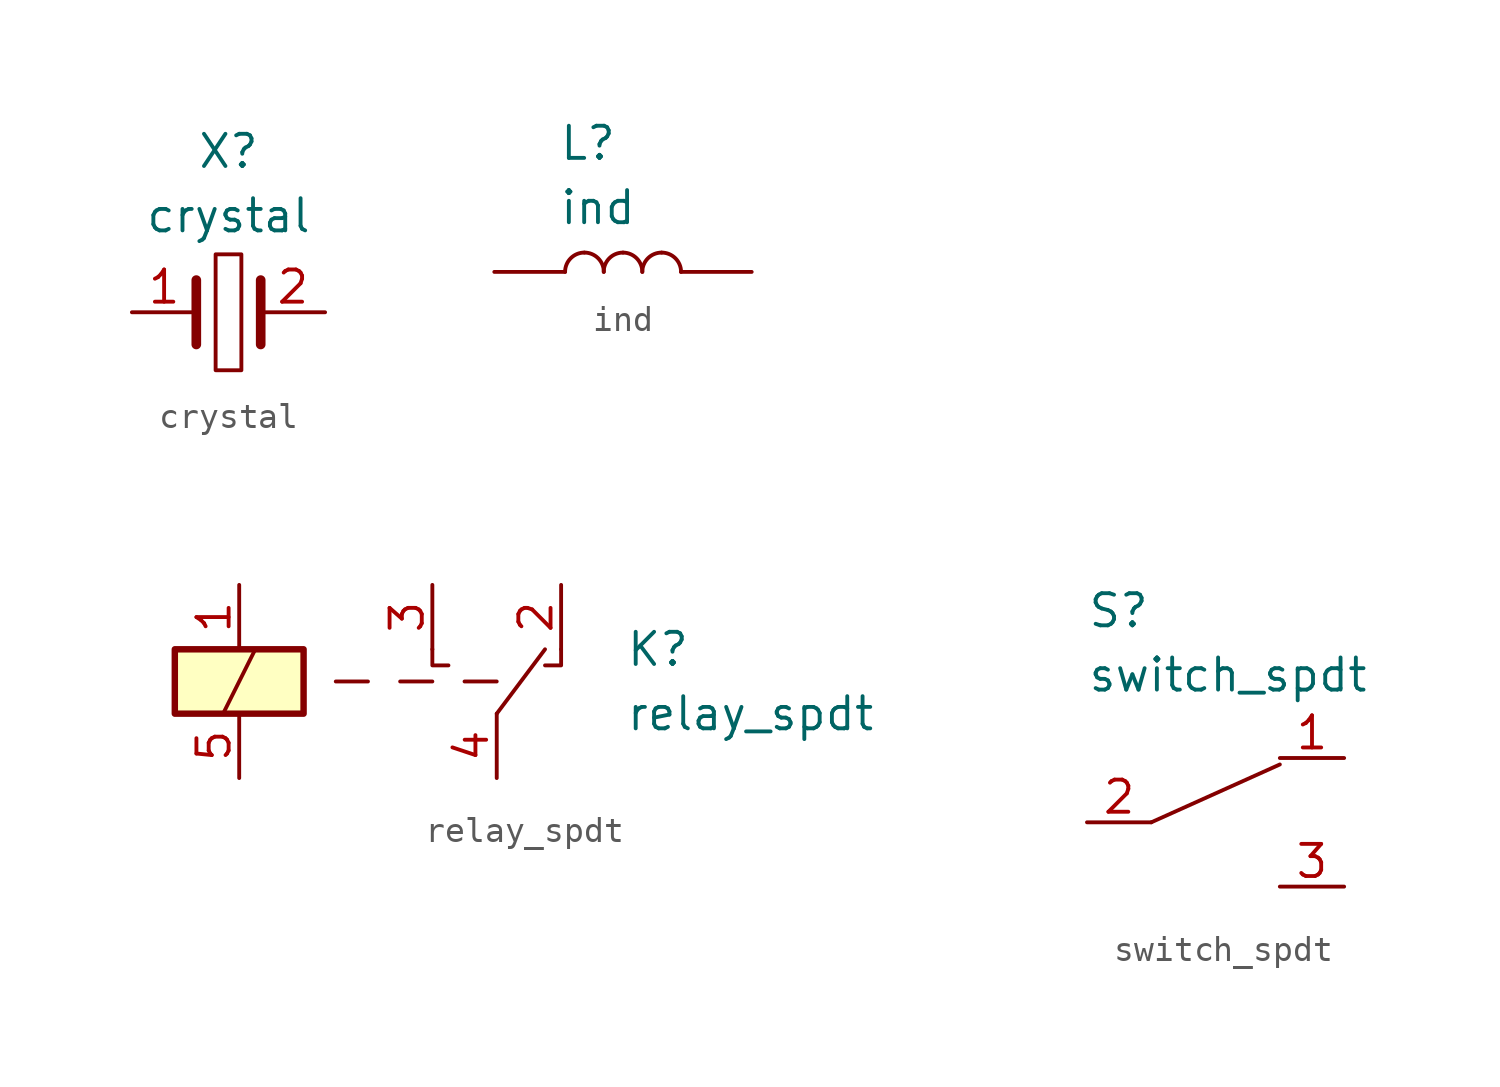
<source format=kicad_sym>
(kicad_symbol_lib
  (version 20241209)
  (generator "kicad_symbol_editor")
  (generator_version "9.0")
  (symbol "crystal"
    (property "Reference" "X"
      (at 3.81 6.35 0)
      (effects (font (size 1.27 1.27))))
    (property "Value" "crystal"
      (at 3.81 3.81 0)
      (effects (font (size 1.27 1.27))))
    (symbol "crystal_0_1"
      (polyline (pts (xy 2.54 1.27) (xy 2.54 -1.27)) (stroke (width 0.381) (type default)) (fill (type none)))
      (rectangle (start 3.302 2.286) (end 4.318 -2.286) (stroke (width 0) (type default)) (fill (type none)))
      (polyline (pts (xy 5.08 1.27) (xy 5.08 -1.27)) (stroke (width 0.381) (type default)) (fill (type none))))
    (symbol "crystal_1_1"
      (pin passive line (at 0 0 0) (length 2.54) (name "" (effects (font (size 1.27 1.27)))) (number "1" (effects (font (size 1.27 1.27)))))
      (pin passive line (at 7.62 0 180) (length 2.54) (name "" (effects (font (size 1.27 1.27)))) (number "2" (effects (font (size 1.27 1.27)))))))
  (symbol "ind"
    (pin_numbers
      (hide yes))
    (pin_names
      (hide yes))
    (property "Reference" "L"
      (at 2.54 5.08 0)
      (effects (font (size 1.27 1.27)) (justify left)))
    (property "Value" "ind"
      (at 2.54 2.54 0)
      (effects (font (size 1.27 1.27)) (justify left)))
    (symbol "ind_0_1"
      (arc (start 2.7932 0.0008) (mid 3.0166 0.5394) (end 3.5552 0.7628) (stroke (width 0) (type default)) (fill (type none)))
      (arc (start 3.5567 0.7627) (mid 4.0953 0.5393) (end 4.3187 0.0007) (stroke (width 0) (type default)) (fill (type none)))
      (arc (start 4.318 0) (mid 4.5412 0.5388) (end 5.08 0.762) (stroke (width 0) (type default)) (fill (type none)))
      (arc (start 5.08 0.762) (mid 5.6188 0.5388) (end 5.842 0) (stroke (width 0) (type default)) (fill (type none)))
      (arc (start 5.842 0) (mid 6.0652 0.5388) (end 6.604 0.762) (stroke (width 0) (type default)) (fill (type none)))
      (arc (start 6.604 0.762) (mid 7.1428 0.5388) (end 7.366 0) (stroke (width 0) (type default)) (fill (type none))))
    (symbol "ind_1_1"
      (pin passive line (at 0 0 0) (length 2.794) (name "~" (effects (font (size 1.27 1.27)))) (number "1" (effects (font (size 1.27 1.27)))))
      (pin passive line (at 10.16 0 180) (length 2.794) (name "~" (effects (font (size 1.27 1.27)))) (number "2" (effects (font (size 1.27 1.27)))))))
  (symbol "relay_spdt"
    (property "Reference" "K"
      (at 15.24 -2.54 0)
      (effects (font (size 1.27 1.27)) (justify left)))
    (property "Value" "relay_spdt"
      (at 15.24 -5.08 0)
      (effects (font (size 1.27 1.27)) (justify left)))
    (symbol "relay_spdt_0_1"
      (rectangle (start -2.54 -2.54) (end 2.54 -5.08) (stroke (width 0.254) (type default)) (fill (type background)))
      (polyline (pts (xy 0.635 -2.54) (xy -0.635 -5.08)) (stroke (width 0) (type default)) (fill (type none)))
      (polyline (pts (xy 3.81 -3.81) (xy 5.08 -3.81)) (stroke (width 0) (type default)) (fill (type none)))
      (polyline (pts (xy 6.35 -3.81) (xy 7.62 -3.81)) (stroke (width 0) (type default)) (fill (type none)))
      (polyline (pts (xy 7.62 -2.54) (xy 7.62 -3.175) (xy 8.255 -3.175)) (stroke (width 0) (type default)) (fill (type none)))
      (polyline (pts (xy 8.89 -3.81) (xy 10.16 -3.81)) (stroke (width 0) (type default)) (fill (type none)))
      (polyline (pts (xy 10.16 -5.08) (xy 12.065 -2.54)) (stroke (width 0) (type default)) (fill (type none)))
      (polyline (pts (xy 12.7 -2.54) (xy 12.7 -3.175) (xy 12.065 -3.175)) (stroke (width 0) (type default)) (fill (type none))))
    (symbol "relay_spdt_1_1"
      (pin input line (at 0 0 270) (length 2.54) (name "" (effects (font (size 1.27 1.27)))) (number "1" (effects (font (size 1.27 1.27)))))
      (pin input line (at 0 -7.62 90) (length 2.54) (name "" (effects (font (size 1.27 1.27)))) (number "5" (effects (font (size 1.27 1.27)))))
      (pin passive line (at 7.62 0 270) (length 2.54) (name "" (effects (font (size 1.27 1.27)))) (number "3" (effects (font (size 1.27 1.27)))))
      (pin passive line (at 10.16 -7.62 90) (length 2.54) (name "" (effects (font (size 1.27 1.27)))) (number "4" (effects (font (size 1.27 1.27)))))
      (pin passive line (at 12.7 0 270) (length 2.54) (name "" (effects (font (size 1.27 1.27)))) (number "2" (effects (font (size 1.27 1.27)))))))
  (symbol "switch_spdt"
    (pin_names
      (offset 1.016)
      (hide yes))
    (property "Reference" "S"
      (at 0 7.62 0)
      (effects (font (size 1.27 1.27)) (justify left bottom)))
    (property "Value" "switch_spdt"
      (at 0 5.08 0)
      (effects (font (size 1.27 1.27)) (justify left bottom)))
    (symbol "switch_spdt_0_1"
      (polyline (pts (xy 2.54 0) (xy 7.62 2.286)) (stroke (width 0) (type default)) (fill (type none))))
    (symbol "switch_spdt_1_1"
      (pin passive line (at 0 0 0) (length 2.54) (name "~" (effects (font (size 1.27 1.27)))) (number "2" (effects (font (size 1.27 1.27)))))
      (pin passive line (at 10.16 2.54 180) (length 2.54) (name "~" (effects (font (size 1.27 1.27)))) (number "1" (effects (font (size 1.27 1.27)))))
      (pin passive line (at 10.16 -2.54 180) (length 2.54) (name "~" (effects (font (size 1.27 1.27)))) (number "3" (effects (font (size 1.27 1.27))))))))
</source>
